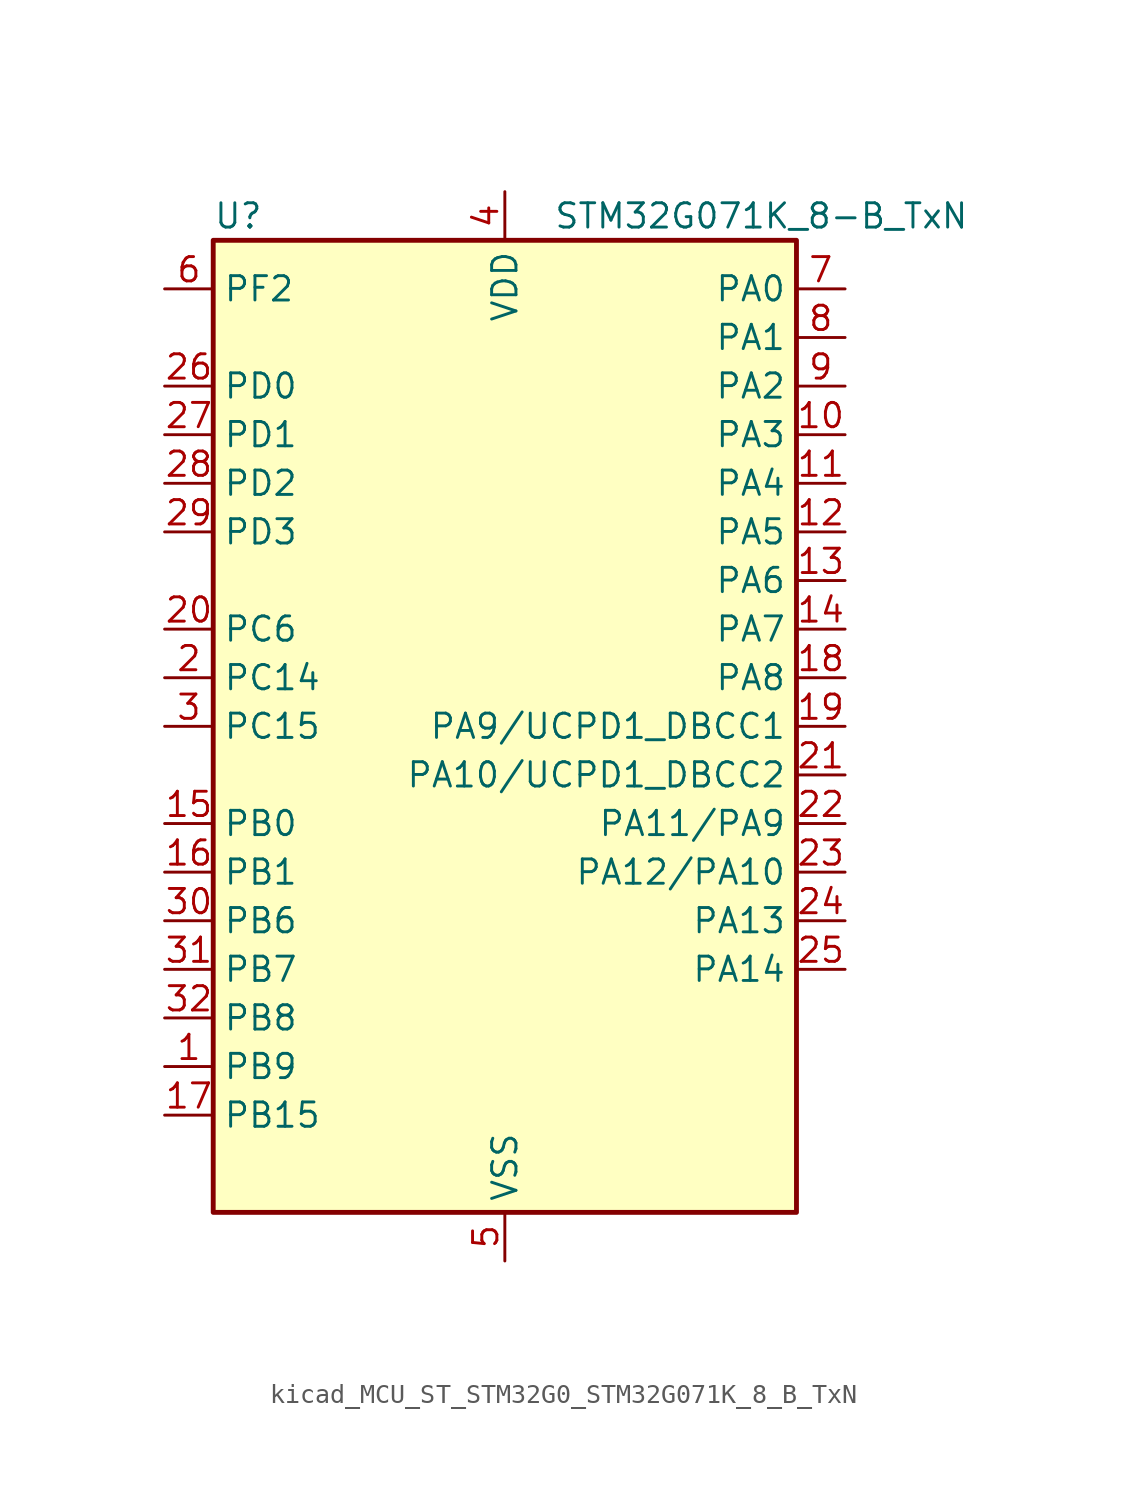
<source format=kicad_sym>
(kicad_symbol_lib
  (version 20220914)
  (generator kicad_symbol_editor)
  (symbol "kicad_MCU_ST_STM32G0_STM32G071K_8_B_TxN"
    (property "Reference" "U"
      (at -15.24 26.67 0)
      (effects (font (size 1.27 1.27)) (justify left)))
    (property "Value" "STM32G071K_8-B_TxN"
      (at 2.54 26.67 0)
      (effects (font (size 1.27 1.27)) (justify left)))
    (property "ki_locked" ""
      (at 0 0 0)
      (effects (font (size 1.27 1.27))))
    (symbol "kicad_MCU_ST_STM32G0_STM32G071K_8_B_TxN_0_1"
      (rectangle (start -15.24 -25.4) (end 15.24 25.4) (stroke (width 0.254) (type default)) (fill (type background))))
    (symbol "kicad_MCU_ST_STM32G0_STM32G071K_8_B_TxN_1_1"
      (pin bidirectional line (at -17.78 -17.78 0) (length 2.54) (name "PB9" (effects (font (size 1.27 1.27)))) (number "1" (effects (font (size 1.27 1.27)))) (alternate "DAC1_EXTI9" bidirectional line) (alternate "I2C1_SDA" bidirectional line) (alternate "IR_OUT" bidirectional line) (alternate "SPI2_NSS" bidirectional line) (alternate "TIM17_CH1" bidirectional line) (alternate "UCPD2_FRSTX1" bidirectional line) (alternate "UCPD2_FRSTX2" bidirectional line) (alternate "USART3_RX" bidirectional line))
      (pin bidirectional line (at 17.78 15.24 180) (length 2.54) (name "PA3" (effects (font (size 1.27 1.27)))) (number "10" (effects (font (size 1.27 1.27)))) (alternate "ADC1_IN3" bidirectional line) (alternate "COMP2_INP" bidirectional line) (alternate "LPUART1_RX" bidirectional line) (alternate "SPI2_MISO" bidirectional line) (alternate "TIM15_CH2" bidirectional line) (alternate "TIM2_CH4" bidirectional line) (alternate "UCPD2_FRSTX1" bidirectional line) (alternate "UCPD2_FRSTX2" bidirectional line) (alternate "USART2_RX" bidirectional line))
      (pin bidirectional line (at 17.78 12.7 180) (length 2.54) (name "PA4" (effects (font (size 1.27 1.27)))) (number "11" (effects (font (size 1.27 1.27)))) (alternate "ADC1_IN4" bidirectional line) (alternate "DAC1_OUT1" bidirectional line) (alternate "I2S1_WS" bidirectional line) (alternate "LPTIM2_OUT" bidirectional line) (alternate "RTC_OUT_ALARM" bidirectional line) (alternate "RTC_OUT_CALIB" bidirectional line) (alternate "RTC_TAMP_IN1" bidirectional line) (alternate "RTC_TS" bidirectional line) (alternate "SPI1_NSS" bidirectional line) (alternate "SPI2_MOSI" bidirectional line) (alternate "SYS_WKUP2" bidirectional line) (alternate "TIM14_CH1" bidirectional line) (alternate "UCPD2_FRSTX1" bidirectional line) (alternate "UCPD2_FRSTX2" bidirectional line))
      (pin bidirectional line (at 17.78 10.16 180) (length 2.54) (name "PA5" (effects (font (size 1.27 1.27)))) (number "12" (effects (font (size 1.27 1.27)))) (alternate "ADC1_IN5" bidirectional line) (alternate "CEC" bidirectional line) (alternate "DAC1_OUT2" bidirectional line) (alternate "I2S1_CK" bidirectional line) (alternate "LPTIM2_ETR" bidirectional line) (alternate "SPI1_SCK" bidirectional line) (alternate "TIM2_CH1" bidirectional line) (alternate "TIM2_ETR" bidirectional line) (alternate "UCPD1_FRSTX1" bidirectional line) (alternate "UCPD1_FRSTX2" bidirectional line) (alternate "USART3_TX" bidirectional line))
      (pin bidirectional line (at 17.78 7.62 180) (length 2.54) (name "PA6" (effects (font (size 1.27 1.27)))) (number "13" (effects (font (size 1.27 1.27)))) (alternate "ADC1_IN6" bidirectional line) (alternate "COMP1_OUT" bidirectional line) (alternate "I2S1_MCK" bidirectional line) (alternate "LPUART1_CTS" bidirectional line) (alternate "SPI1_MISO" bidirectional line) (alternate "TIM16_CH1" bidirectional line) (alternate "TIM1_BK" bidirectional line) (alternate "TIM3_CH1" bidirectional line) (alternate "USART3_CTS" bidirectional line) (alternate "USART3_NSS" bidirectional line))
      (pin bidirectional line (at 17.78 5.08 180) (length 2.54) (name "PA7" (effects (font (size 1.27 1.27)))) (number "14" (effects (font (size 1.27 1.27)))) (alternate "ADC1_IN7" bidirectional line) (alternate "COMP2_OUT" bidirectional line) (alternate "I2S1_SD" bidirectional line) (alternate "SPI1_MOSI" bidirectional line) (alternate "TIM14_CH1" bidirectional line) (alternate "TIM17_CH1" bidirectional line) (alternate "TIM1_CH1N" bidirectional line) (alternate "TIM3_CH2" bidirectional line) (alternate "UCPD1_FRSTX1" bidirectional line) (alternate "UCPD1_FRSTX2" bidirectional line))
      (pin bidirectional line (at -17.78 -5.08 0) (length 2.54) (name "PB0" (effects (font (size 1.27 1.27)))) (number "15" (effects (font (size 1.27 1.27)))) (alternate "ADC1_IN8" bidirectional line) (alternate "COMP1_OUT" bidirectional line) (alternate "I2S1_WS" bidirectional line) (alternate "LPTIM1_OUT" bidirectional line) (alternate "SPI1_NSS" bidirectional line) (alternate "TIM1_CH2N" bidirectional line) (alternate "TIM3_CH3" bidirectional line) (alternate "UCPD1_FRSTX1" bidirectional line) (alternate "UCPD1_FRSTX2" bidirectional line) (alternate "USART3_RX" bidirectional line))
      (pin bidirectional line (at -17.78 -7.62 0) (length 2.54) (name "PB1" (effects (font (size 1.27 1.27)))) (number "16" (effects (font (size 1.27 1.27)))) (alternate "ADC1_IN9" bidirectional line) (alternate "COMP1_INM" bidirectional line) (alternate "LPTIM2_IN1" bidirectional line) (alternate "LPUART1_DE" bidirectional line) (alternate "LPUART1_RTS" bidirectional line) (alternate "TIM14_CH1" bidirectional line) (alternate "TIM1_CH3N" bidirectional line) (alternate "TIM3_CH4" bidirectional line) (alternate "USART3_CK" bidirectional line) (alternate "USART3_DE" bidirectional line) (alternate "USART3_RTS" bidirectional line))
      (pin bidirectional line (at -17.78 -20.32 0) (length 2.54) (name "PB15" (effects (font (size 1.27 1.27)))) (number "17" (effects (font (size 1.27 1.27)))) (alternate "RTC_REFIN" bidirectional line) (alternate "SPI2_MOSI" bidirectional line) (alternate "TIM15_CH1N" bidirectional line) (alternate "TIM15_CH2" bidirectional line) (alternate "TIM1_CH3N" bidirectional line) (alternate "UCPD1_CC2" bidirectional line))
      (pin bidirectional line (at 17.78 2.54 180) (length 2.54) (name "PA8" (effects (font (size 1.27 1.27)))) (number "18" (effects (font (size 1.27 1.27)))) (alternate "LPTIM2_OUT" bidirectional line) (alternate "RCC_MCO" bidirectional line) (alternate "SPI2_NSS" bidirectional line) (alternate "TIM1_CH1" bidirectional line) (alternate "UCPD1_CC1" bidirectional line))
      (pin bidirectional line (at 17.78 0 180) (length 2.54) (name "PA9/UCPD1_DBCC1" (effects (font (size 1.27 1.27)))) (number "19" (effects (font (size 1.27 1.27)))) (alternate "DAC1_EXTI9" bidirectional line) (alternate "I2C1_SCL" bidirectional line) (alternate "RCC_MCO" bidirectional line) (alternate "SPI2_MISO" bidirectional line) (alternate "TIM15_BK" bidirectional line) (alternate "TIM1_CH2" bidirectional line) (alternate "UCPD1_DBCC1" bidirectional line) (alternate "USART1_TX" bidirectional line))
      (pin bidirectional line (at -17.78 2.54 0) (length 2.54) (name "PC14" (effects (font (size 1.27 1.27)))) (number "2" (effects (font (size 1.27 1.27)))) (alternate "RCC_OSC32_IN" bidirectional line) (alternate "RCC_OSC_IN" bidirectional line) (alternate "TIM1_BK2" bidirectional line))
      (pin bidirectional line (at -17.78 5.08 0) (length 2.54) (name "PC6" (effects (font (size 1.27 1.27)))) (number "20" (effects (font (size 1.27 1.27)))) (alternate "TIM2_CH3" bidirectional line) (alternate "TIM3_CH1" bidirectional line) (alternate "UCPD1_FRSTX1" bidirectional line) (alternate "UCPD1_FRSTX2" bidirectional line))
      (pin bidirectional line (at 17.78 -2.54 180) (length 2.54) (name "PA10/UCPD1_DBCC2" (effects (font (size 1.27 1.27)))) (number "21" (effects (font (size 1.27 1.27)))) (alternate "I2C1_SDA" bidirectional line) (alternate "SPI2_MOSI" bidirectional line) (alternate "TIM17_BK" bidirectional line) (alternate "TIM1_CH3" bidirectional line) (alternate "UCPD1_DBCC2" bidirectional line) (alternate "USART1_RX" bidirectional line))
      (pin bidirectional line (at 17.78 -5.08 180) (length 2.54) (name "PA11/PA9" (effects (font (size 1.27 1.27)))) (number "22" (effects (font (size 1.27 1.27)))) (alternate "ADC1_EXTI11" bidirectional line) (alternate "COMP1_OUT" bidirectional line) (alternate "I2C2_SCL" bidirectional line) (alternate "I2S1_MCK" bidirectional line) (alternate "SPI1_MISO" bidirectional line) (alternate "TIM1_BK2" bidirectional line) (alternate "TIM1_CH4" bidirectional line) (alternate "USART1_CTS" bidirectional line) (alternate "USART1_NSS" bidirectional line))
      (pin bidirectional line (at 17.78 -7.62 180) (length 2.54) (name "PA12/PA10" (effects (font (size 1.27 1.27)))) (number "23" (effects (font (size 1.27 1.27)))) (alternate "COMP2_OUT" bidirectional line) (alternate "I2C2_SDA" bidirectional line) (alternate "I2S1_SD" bidirectional line) (alternate "I2S_CKIN" bidirectional line) (alternate "SPI1_MOSI" bidirectional line) (alternate "TIM1_ETR" bidirectional line) (alternate "USART1_CK" bidirectional line) (alternate "USART1_DE" bidirectional line) (alternate "USART1_RTS" bidirectional line))
      (pin bidirectional line (at 17.78 -10.16 180) (length 2.54) (name "PA13" (effects (font (size 1.27 1.27)))) (number "24" (effects (font (size 1.27 1.27)))) (alternate "IR_OUT" bidirectional line) (alternate "SYS_SWDIO" bidirectional line))
      (pin bidirectional line (at 17.78 -12.7 180) (length 2.54) (name "PA14" (effects (font (size 1.27 1.27)))) (number "25" (effects (font (size 1.27 1.27)))) (alternate "SYS_SWCLK" bidirectional line) (alternate "USART2_TX" bidirectional line))
      (pin bidirectional line (at -17.78 17.78 0) (length 2.54) (name "PD0" (effects (font (size 1.27 1.27)))) (number "26" (effects (font (size 1.27 1.27)))) (alternate "SPI2_NSS" bidirectional line) (alternate "TIM16_CH1" bidirectional line) (alternate "UCPD2_CC1" bidirectional line))
      (pin bidirectional line (at -17.78 15.24 0) (length 2.54) (name "PD1" (effects (font (size 1.27 1.27)))) (number "27" (effects (font (size 1.27 1.27)))) (alternate "SPI2_SCK" bidirectional line) (alternate "TIM17_CH1" bidirectional line) (alternate "UCPD2_DBCC1" bidirectional line))
      (pin bidirectional line (at -17.78 12.7 0) (length 2.54) (name "PD2" (effects (font (size 1.27 1.27)))) (number "28" (effects (font (size 1.27 1.27)))) (alternate "TIM1_CH1N" bidirectional line) (alternate "TIM3_ETR" bidirectional line) (alternate "UCPD2_CC2" bidirectional line) (alternate "USART3_CK" bidirectional line) (alternate "USART3_DE" bidirectional line) (alternate "USART3_RTS" bidirectional line))
      (pin bidirectional line (at -17.78 10.16 0) (length 2.54) (name "PD3" (effects (font (size 1.27 1.27)))) (number "29" (effects (font (size 1.27 1.27)))) (alternate "SPI2_MISO" bidirectional line) (alternate "TIM1_CH2N" bidirectional line) (alternate "UCPD2_DBCC2" bidirectional line) (alternate "USART2_CTS" bidirectional line) (alternate "USART2_NSS" bidirectional line))
      (pin bidirectional line (at -17.78 0 0) (length 2.54) (name "PC15" (effects (font (size 1.27 1.27)))) (number "3" (effects (font (size 1.27 1.27)))) (alternate "RCC_OSC32_EN" bidirectional line) (alternate "RCC_OSC32_OUT" bidirectional line) (alternate "RCC_OSC_EN" bidirectional line) (alternate "TIM15_BK" bidirectional line))
      (pin bidirectional line (at -17.78 -10.16 0) (length 2.54) (name "PB6" (effects (font (size 1.27 1.27)))) (number "30" (effects (font (size 1.27 1.27)))) (alternate "COMP2_INP" bidirectional line) (alternate "I2C1_SCL" bidirectional line) (alternate "LPTIM1_ETR" bidirectional line) (alternate "SPI2_MISO" bidirectional line) (alternate "TIM16_CH1N" bidirectional line) (alternate "TIM1_CH3" bidirectional line) (alternate "USART1_TX" bidirectional line))
      (pin bidirectional line (at -17.78 -12.7 0) (length 2.54) (name "PB7" (effects (font (size 1.27 1.27)))) (number "31" (effects (font (size 1.27 1.27)))) (alternate "COMP2_INM" bidirectional line) (alternate "I2C1_SDA" bidirectional line) (alternate "LPTIM1_IN2" bidirectional line) (alternate "SPI2_MOSI" bidirectional line) (alternate "SYS_PVD_IN" bidirectional line) (alternate "TIM17_CH1N" bidirectional line) (alternate "USART1_RX" bidirectional line) (alternate "USART4_CTS" bidirectional line) (alternate "USART4_NSS" bidirectional line))
      (pin bidirectional line (at -17.78 -15.24 0) (length 2.54) (name "PB8" (effects (font (size 1.27 1.27)))) (number "32" (effects (font (size 1.27 1.27)))) (alternate "CEC" bidirectional line) (alternate "I2C1_SCL" bidirectional line) (alternate "SPI2_SCK" bidirectional line) (alternate "TIM15_BK" bidirectional line) (alternate "TIM16_CH1" bidirectional line) (alternate "USART3_TX" bidirectional line))
      (pin power_in line (at 0 27.94 270) (length 2.54) (name "VDD" (effects (font (size 1.27 1.27)))) (number "4" (effects (font (size 1.27 1.27)))))
      (pin power_in line (at 0 -27.94 90) (length 2.54) (name "VSS" (effects (font (size 1.27 1.27)))) (number "5" (effects (font (size 1.27 1.27)))))
      (pin bidirectional line (at -17.78 22.86 0) (length 2.54) (name "PF2" (effects (font (size 1.27 1.27)))) (number "6" (effects (font (size 1.27 1.27)))) (alternate "RCC_MCO" bidirectional line))
      (pin bidirectional line (at 17.78 22.86 180) (length 2.54) (name "PA0" (effects (font (size 1.27 1.27)))) (number "7" (effects (font (size 1.27 1.27)))) (alternate "ADC1_IN0" bidirectional line) (alternate "COMP1_INM" bidirectional line) (alternate "COMP1_OUT" bidirectional line) (alternate "LPTIM1_OUT" bidirectional line) (alternate "RTC_TAMP_IN2" bidirectional line) (alternate "SPI2_SCK" bidirectional line) (alternate "SYS_WKUP1" bidirectional line) (alternate "TIM2_CH1" bidirectional line) (alternate "TIM2_ETR" bidirectional line) (alternate "UCPD2_FRSTX1" bidirectional line) (alternate "UCPD2_FRSTX2" bidirectional line) (alternate "USART2_CTS" bidirectional line) (alternate "USART2_NSS" bidirectional line) (alternate "USART4_TX" bidirectional line))
      (pin bidirectional line (at 17.78 20.32 180) (length 2.54) (name "PA1" (effects (font (size 1.27 1.27)))) (number "8" (effects (font (size 1.27 1.27)))) (alternate "ADC1_IN1" bidirectional line) (alternate "COMP1_INP" bidirectional line) (alternate "I2C1_SMBA" bidirectional line) (alternate "I2S1_CK" bidirectional line) (alternate "SPI1_SCK" bidirectional line) (alternate "TIM15_CH1N" bidirectional line) (alternate "TIM2_CH2" bidirectional line) (alternate "USART2_CK" bidirectional line) (alternate "USART2_DE" bidirectional line) (alternate "USART2_RTS" bidirectional line) (alternate "USART4_RX" bidirectional line))
      (pin bidirectional line (at 17.78 17.78 180) (length 2.54) (name "PA2" (effects (font (size 1.27 1.27)))) (number "9" (effects (font (size 1.27 1.27)))) (alternate "ADC1_IN2" bidirectional line) (alternate "COMP2_INM" bidirectional line) (alternate "COMP2_OUT" bidirectional line) (alternate "I2S1_SD" bidirectional line) (alternate "LPUART1_TX" bidirectional line) (alternate "RCC_LSCO" bidirectional line) (alternate "SPI1_MOSI" bidirectional line) (alternate "SYS_WKUP4" bidirectional line) (alternate "TIM15_CH1" bidirectional line) (alternate "TIM2_CH3" bidirectional line) (alternate "UCPD1_FRSTX1" bidirectional line) (alternate "UCPD1_FRSTX2" bidirectional line) (alternate "USART2_TX" bidirectional line)))))
</source>
